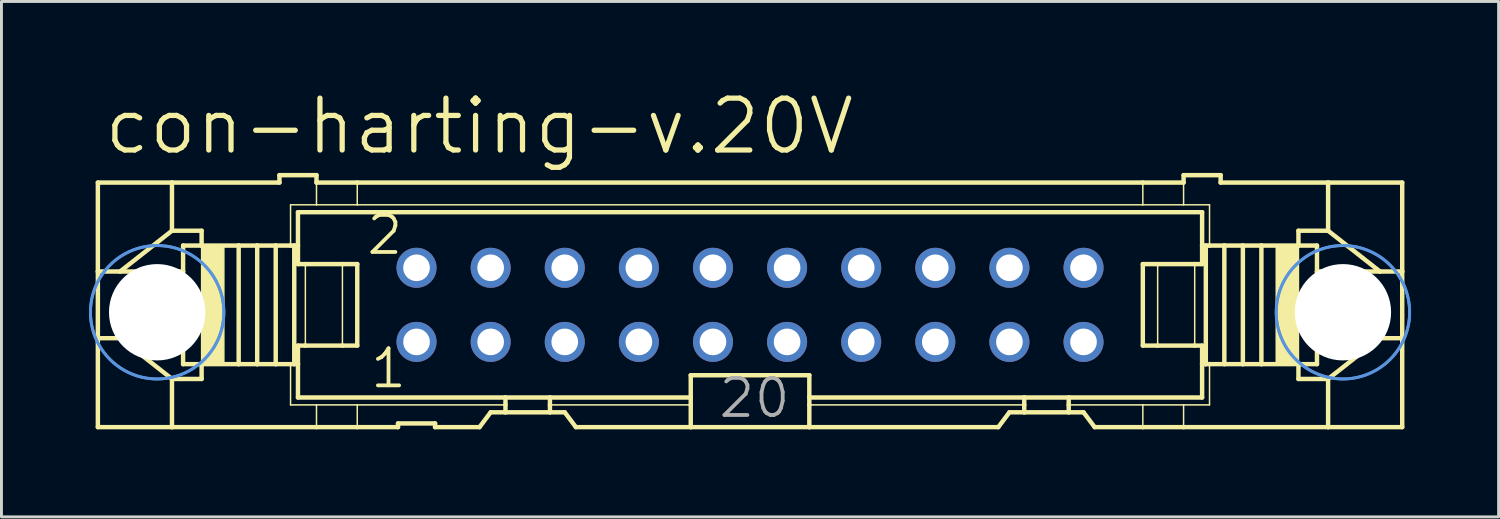
<source format=kicad_pcb>
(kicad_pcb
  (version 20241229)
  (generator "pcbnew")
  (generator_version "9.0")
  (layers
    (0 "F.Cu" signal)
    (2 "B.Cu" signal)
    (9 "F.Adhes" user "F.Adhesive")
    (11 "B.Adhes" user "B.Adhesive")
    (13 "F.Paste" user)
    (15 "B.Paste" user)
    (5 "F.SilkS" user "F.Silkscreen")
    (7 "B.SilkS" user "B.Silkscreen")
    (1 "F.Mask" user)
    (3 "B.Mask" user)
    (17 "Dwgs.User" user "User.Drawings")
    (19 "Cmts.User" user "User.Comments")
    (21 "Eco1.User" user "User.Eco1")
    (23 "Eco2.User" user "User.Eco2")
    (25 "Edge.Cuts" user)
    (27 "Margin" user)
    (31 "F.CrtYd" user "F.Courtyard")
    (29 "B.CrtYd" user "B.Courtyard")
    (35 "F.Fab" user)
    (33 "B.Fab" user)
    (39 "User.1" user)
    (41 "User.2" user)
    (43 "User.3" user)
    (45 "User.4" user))
  (footprint "con-harting-v.20V"
    (layer "F.Cu")
    (at 22.656 7.398)
    (property "Reference" "con-harting-v.20V" (at -22.225 -5.08 0) (layer "F.SilkS") (effects (font (size 1.778 1.778) (thickness 0.18)) (justify left bottom)))
    (attr through_hole)
    (fp_line (start -22.352 -4.191) (end -22.352 -1.143) (stroke (width 0.152) (type default)) (layer "F.SilkS"))
    (fp_line (start -22.352 -4.191) (end -19.812 -4.191) (stroke (width 0.152) (type default)) (layer "F.SilkS"))
    (fp_line (start -22.352 -1.143) (end -22.352 1.143) (stroke (width 0.152) (type default)) (layer "F.SilkS"))
    (fp_line (start -22.352 -1.143) (end -21.59 -1.143) (stroke (width 0.152) (type default)) (layer "F.SilkS"))
    (fp_line (start -22.352 1.143) (end -22.352 4.191) (stroke (width 0.152) (type default)) (layer "F.SilkS"))
    (fp_line (start -22.352 1.143) (end -21.59 1.143) (stroke (width 0.152) (type default)) (layer "F.SilkS"))
    (fp_line (start -21.59 -1.143) (end -19.431 -1.143) (stroke (width 0.152) (type default)) (layer "F.SilkS"))
    (fp_line (start -21.59 1.143) (end -19.431 1.143) (stroke (width 0.152) (type default)) (layer "F.SilkS"))
    (fp_line (start -19.812 -4.191) (end -19.812 -2.54) (stroke (width 0.152) (type default)) (layer "F.SilkS"))
    (fp_line (start -19.812 -2.54) (end -21.59 -1.143) (stroke (width 0.152) (type default)) (layer "F.SilkS"))
    (fp_line (start -19.812 2.54) (end -21.59 1.143) (stroke (width 0.152) (type default)) (layer "F.SilkS"))
    (fp_line (start -19.812 2.54) (end -19.812 4.191) (stroke (width 0.152) (type default)) (layer "F.SilkS"))
    (fp_line (start -19.812 4.191) (end -22.352 4.191) (stroke (width 0.152) (type default)) (layer "F.SilkS"))
    (fp_line (start -19.431 -1.143) (end -19.431 -2.032) (stroke (width 0.152) (type default)) (layer "F.SilkS"))
    (fp_line (start -19.431 1.143) (end -19.431 -1.143) (stroke (width 0.152) (type default)) (layer "F.SilkS"))
    (fp_line (start -19.431 2.032) (end -19.431 1.143) (stroke (width 0.152) (type default)) (layer "F.SilkS"))
    (fp_line (start -18.796 -2.54) (end -19.812 -2.54) (stroke (width 0.152) (type default)) (layer "F.SilkS"))
    (fp_line (start -18.796 -2.54) (end -18.796 -2.032) (stroke (width 0.152) (type default)) (layer "F.SilkS"))
    (fp_line (start -18.796 -2.032) (end -19.431 -2.032) (stroke (width 0.152) (type default)) (layer "F.SilkS"))
    (fp_line (start -18.796 2.032) (end -19.431 2.032) (stroke (width 0.152) (type default)) (layer "F.SilkS"))
    (fp_line (start -18.796 2.032) (end -18.796 2.54) (stroke (width 0.152) (type default)) (layer "F.SilkS"))
    (fp_line (start -18.796 2.54) (end -19.812 2.54) (stroke (width 0.152) (type default)) (layer "F.SilkS"))
    (fp_line (start -17.526 -2.032) (end -18.796 -2.032) (stroke (width 0.152) (type default)) (layer "F.SilkS"))
    (fp_line (start -17.526 2.032) (end -18.796 2.032) (stroke (width 0.152) (type default)) (layer "F.SilkS"))
    (fp_line (start -17.526 2.032) (end -17.526 -2.032) (stroke (width 0.152) (type default)) (layer "F.SilkS"))
    (fp_line (start -16.891 -2.032) (end -17.526 -2.032) (stroke (width 0.152) (type default)) (layer "F.SilkS"))
    (fp_line (start -16.891 2.032) (end -17.526 2.032) (stroke (width 0.152) (type default)) (layer "F.SilkS"))
    (fp_line (start -16.891 2.032) (end -16.891 -2.032) (stroke (width 0.152) (type default)) (layer "F.SilkS"))
    (fp_line (start -16.256 -2.032) (end -16.891 -2.032) (stroke (width 0.152) (type default)) (layer "F.SilkS"))
    (fp_line (start -16.256 2.032) (end -16.891 2.032) (stroke (width 0.152) (type default)) (layer "F.SilkS"))
    (fp_line (start -16.256 2.032) (end -16.256 -2.032) (stroke (width 0.152) (type default)) (layer "F.SilkS"))
    (fp_line (start -16.129 -4.445) (end -16.129 -4.191) (stroke (width 0.152) (type default)) (layer "F.SilkS"))
    (fp_line (start -16.129 -4.445) (end -14.859 -4.445) (stroke (width 0.152) (type default)) (layer "F.SilkS"))
    (fp_line (start -16.129 -4.191) (end -19.812 -4.191) (stroke (width 0.152) (type default)) (layer "F.SilkS"))
    (fp_line (start -15.748 -3.429) (end -15.748 -2.032) (stroke (width 0.051) (type default)) (layer "F.SilkS"))
    (fp_line (start -15.748 -2.032) (end -16.256 -2.032) (stroke (width 0.152) (type default)) (layer "F.SilkS"))
    (fp_line (start -15.748 2.032) (end -16.256 2.032) (stroke (width 0.152) (type default)) (layer "F.SilkS"))
    (fp_line (start -15.748 3.429) (end -15.748 2.032) (stroke (width 0.051) (type default)) (layer "F.SilkS"))
    (fp_line (start -15.621 -2.032) (end -15.748 -2.032) (stroke (width 0.152) (type default)) (layer "F.SilkS"))
    (fp_line (start -15.621 2.032) (end -15.748 2.032) (stroke (width 0.152) (type default)) (layer "F.SilkS"))
    (fp_line (start -15.621 2.032) (end -15.621 -2.032) (stroke (width 0.152) (type default)) (layer "F.SilkS"))
    (fp_line (start -15.494 -3.175) (end 15.494 -3.175) (stroke (width 0.152) (type default)) (layer "F.SilkS"))
    (fp_line (start -15.494 -2.032) (end -15.621 -2.032) (stroke (width 0.152) (type default)) (layer "F.SilkS"))
    (fp_line (start -15.494 -2.032) (end -15.494 -3.175) (stroke (width 0.152) (type default)) (layer "F.SilkS"))
    (fp_line (start -15.494 -1.397) (end -15.494 -2.032) (stroke (width 0.152) (type default)) (layer "F.SilkS"))
    (fp_line (start -15.494 -1.397) (end -15.24 -1.397) (stroke (width 0.152) (type default)) (layer "F.SilkS"))
    (fp_line (start -15.494 2.032) (end -15.621 2.032) (stroke (width 0.152) (type default)) (layer "F.SilkS"))
    (fp_line (start -15.494 2.032) (end -15.494 1.397) (stroke (width 0.152) (type default)) (layer "F.SilkS"))
    (fp_line (start -15.494 3.175) (end -15.494 2.032) (stroke (width 0.152) (type default)) (layer "F.SilkS"))
    (fp_line (start -15.24 -1.397) (end -13.97 -1.397) (stroke (width 0.152) (type default)) (layer "F.SilkS"))
    (fp_line (start -15.24 1.397) (end -15.494 1.397) (stroke (width 0.152) (type default)) (layer "F.SilkS"))
    (fp_line (start -15.24 1.397) (end -15.24 -1.397) (stroke (width 0.051) (type default)) (layer "F.SilkS"))
    (fp_line (start -14.859 -4.445) (end -14.859 -4.191) (stroke (width 0.152) (type default)) (layer "F.SilkS"))
    (fp_line (start -14.859 -3.429) (end -15.748 -3.429) (stroke (width 0.051) (type default)) (layer "F.SilkS"))
    (fp_line (start -14.859 -3.429) (end -14.859 -4.191) (stroke (width 0.051) (type default)) (layer "F.SilkS"))
    (fp_line (start -14.859 -3.429) (end -13.462 -3.429) (stroke (width 0.051) (type default)) (layer "F.SilkS"))
    (fp_line (start -14.859 3.429) (end -15.748 3.429) (stroke (width 0.051) (type default)) (layer "F.SilkS"))
    (fp_line (start -14.859 4.191) (end -19.812 4.191) (stroke (width 0.152) (type default)) (layer "F.SilkS"))
    (fp_line (start -14.859 4.191) (end -14.859 3.429) (stroke (width 0.051) (type default)) (layer "F.SilkS"))
    (fp_line (start -13.97 -1.397) (end -13.462 -1.397) (stroke (width 0.152) (type default)) (layer "F.SilkS"))
    (fp_line (start -13.97 1.397) (end -15.24 1.397) (stroke (width 0.152) (type default)) (layer "F.SilkS"))
    (fp_line (start -13.97 1.397) (end -13.97 -1.397) (stroke (width 0.051) (type default)) (layer "F.SilkS"))
    (fp_line (start -13.462 -4.191) (end -14.859 -4.191) (stroke (width 0.152) (type default)) (layer "F.SilkS"))
    (fp_line (start -13.462 -4.191) (end 13.462 -4.191) (stroke (width 0.152) (type default)) (layer "F.SilkS"))
    (fp_line (start -13.462 -3.429) (end -13.462 -4.191) (stroke (width 0.051) (type default)) (layer "F.SilkS"))
    (fp_line (start -13.462 -3.429) (end 13.462 -3.429) (stroke (width 0.051) (type default)) (layer "F.SilkS"))
    (fp_line (start -13.462 1.397) (end -13.97 1.397) (stroke (width 0.152) (type default)) (layer "F.SilkS"))
    (fp_line (start -13.462 1.397) (end -13.462 -1.397) (stroke (width 0.152) (type default)) (layer "F.SilkS"))
    (fp_line (start -13.462 3.429) (end -14.859 3.429) (stroke (width 0.051) (type default)) (layer "F.SilkS"))
    (fp_line (start -13.462 4.191) (end -14.859 4.191) (stroke (width 0.152) (type default)) (layer "F.SilkS"))
    (fp_line (start -13.462 4.191) (end -13.462 3.429) (stroke (width 0.051) (type default)) (layer "F.SilkS"))
    (fp_line (start -12.065 4.191) (end -13.462 4.191) (stroke (width 0.152) (type default)) (layer "F.SilkS"))
    (fp_line (start -12.065 4.191) (end -12.065 4.064) (stroke (width 0.152) (type default)) (layer "F.SilkS"))
    (fp_line (start -10.795 4.064) (end -12.065 4.064) (stroke (width 0.152) (type default)) (layer "F.SilkS"))
    (fp_line (start -10.795 4.064) (end -10.795 4.191) (stroke (width 0.152) (type default)) (layer "F.SilkS"))
    (fp_line (start -9.271 4.191) (end -10.795 4.191) (stroke (width 0.152) (type default)) (layer "F.SilkS"))
    (fp_line (start -9.271 4.191) (end -8.89 3.683) (stroke (width 0.152) (type default)) (layer "F.SilkS"))
    (fp_line (start -8.382 3.175) (end -15.494 3.175) (stroke (width 0.152) (type default)) (layer "F.SilkS"))
    (fp_line (start -8.382 3.175) (end -8.382 3.429) (stroke (width 0.152) (type default)) (layer "F.SilkS"))
    (fp_line (start -8.382 3.429) (end -13.462 3.429) (stroke (width 0.051) (type default)) (layer "F.SilkS"))
    (fp_line (start -8.382 3.429) (end -8.382 3.683) (stroke (width 0.152) (type default)) (layer "F.SilkS"))
    (fp_line (start -8.382 3.683) (end -8.89 3.683) (stroke (width 0.152) (type default)) (layer "F.SilkS"))
    (fp_line (start -6.858 3.175) (end -8.382 3.175) (stroke (width 0.152) (type default)) (layer "F.SilkS"))
    (fp_line (start -6.858 3.175) (end -6.858 3.429) (stroke (width 0.152) (type default)) (layer "F.SilkS"))
    (fp_line (start -6.858 3.429) (end -6.858 3.683) (stroke (width 0.152) (type default)) (layer "F.SilkS"))
    (fp_line (start -6.858 3.683) (end -8.382 3.683) (stroke (width 0.152) (type default)) (layer "F.SilkS"))
    (fp_line (start -6.35 3.683) (end -6.858 3.683) (stroke (width 0.152) (type default)) (layer "F.SilkS"))
    (fp_line (start -6.35 3.683) (end -5.969 4.191) (stroke (width 0.152) (type default)) (layer "F.SilkS"))
    (fp_line (start -2.032 3.175) (end -6.858 3.175) (stroke (width 0.152) (type default)) (layer "F.SilkS"))
    (fp_line (start -2.032 3.175) (end -2.032 2.413) (stroke (width 0.152) (type default)) (layer "F.SilkS"))
    (fp_line (start -2.032 3.175) (end -2.032 3.429) (stroke (width 0.152) (type default)) (layer "F.SilkS"))
    (fp_line (start -2.032 3.429) (end -6.858 3.429) (stroke (width 0.051) (type default)) (layer "F.SilkS"))
    (fp_line (start -2.032 3.429) (end -2.032 4.191) (stroke (width 0.152) (type default)) (layer "F.SilkS"))
    (fp_line (start -2.032 4.191) (end -5.969 4.191) (stroke (width 0.152) (type default)) (layer "F.SilkS"))
    (fp_line (start 2.032 2.413) (end -2.032 2.413) (stroke (width 0.152) (type default)) (layer "F.SilkS"))
    (fp_line (start 2.032 2.413) (end 2.032 3.175) (stroke (width 0.152) (type default)) (layer "F.SilkS"))
    (fp_line (start 2.032 3.175) (end 2.032 3.429) (stroke (width 0.152) (type default)) (layer "F.SilkS"))
    (fp_line (start 2.032 3.429) (end 2.032 4.191) (stroke (width 0.152) (type default)) (layer "F.SilkS"))
    (fp_line (start 2.032 4.191) (end -2.032 4.191) (stroke (width 0.152) (type default)) (layer "F.SilkS"))
    (fp_line (start 8.509 4.191) (end 2.032 4.191) (stroke (width 0.152) (type default)) (layer "F.SilkS"))
    (fp_line (start 8.509 4.191) (end 8.89 3.683) (stroke (width 0.152) (type default)) (layer "F.SilkS"))
    (fp_line (start 9.398 3.175) (end 2.032 3.175) (stroke (width 0.152) (type default)) (layer "F.SilkS"))
    (fp_line (start 9.398 3.175) (end 9.398 3.429) (stroke (width 0.152) (type default)) (layer "F.SilkS"))
    (fp_line (start 9.398 3.429) (end 2.032 3.429) (stroke (width 0.051) (type default)) (layer "F.SilkS"))
    (fp_line (start 9.398 3.429) (end 9.398 3.683) (stroke (width 0.152) (type default)) (layer "F.SilkS"))
    (fp_line (start 9.398 3.683) (end 8.89 3.683) (stroke (width 0.152) (type default)) (layer "F.SilkS"))
    (fp_line (start 10.922 3.175) (end 9.398 3.175) (stroke (width 0.152) (type default)) (layer "F.SilkS"))
    (fp_line (start 10.922 3.175) (end 10.922 3.429) (stroke (width 0.152) (type default)) (layer "F.SilkS"))
    (fp_line (start 10.922 3.429) (end 10.922 3.683) (stroke (width 0.152) (type default)) (layer "F.SilkS"))
    (fp_line (start 10.922 3.429) (end 13.462 3.429) (stroke (width 0.051) (type default)) (layer "F.SilkS"))
    (fp_line (start 10.922 3.683) (end 9.398 3.683) (stroke (width 0.152) (type default)) (layer "F.SilkS"))
    (fp_line (start 11.43 3.683) (end 10.922 3.683) (stroke (width 0.152) (type default)) (layer "F.SilkS"))
    (fp_line (start 11.43 3.683) (end 11.811 4.191) (stroke (width 0.152) (type default)) (layer "F.SilkS"))
    (fp_line (start 13.462 -4.191) (end 13.462 -3.429) (stroke (width 0.051) (type default)) (layer "F.SilkS"))
    (fp_line (start 13.462 -4.191) (end 14.859 -4.191) (stroke (width 0.152) (type default)) (layer "F.SilkS"))
    (fp_line (start 13.462 -1.397) (end 13.462 1.397) (stroke (width 0.152) (type default)) (layer "F.SilkS"))
    (fp_line (start 13.462 -1.397) (end 13.97 -1.397) (stroke (width 0.152) (type default)) (layer "F.SilkS"))
    (fp_line (start 13.462 3.429) (end 13.462 4.191) (stroke (width 0.051) (type default)) (layer "F.SilkS"))
    (fp_line (start 13.462 3.429) (end 14.859 3.429) (stroke (width 0.051) (type default)) (layer "F.SilkS"))
    (fp_line (start 13.462 4.191) (end 11.811 4.191) (stroke (width 0.152) (type default)) (layer "F.SilkS"))
    (fp_line (start 13.97 -1.397) (end 13.97 1.397) (stroke (width 0.051) (type default)) (layer "F.SilkS"))
    (fp_line (start 13.97 -1.397) (end 15.24 -1.397) (stroke (width 0.152) (type default)) (layer "F.SilkS"))
    (fp_line (start 13.97 1.397) (end 13.462 1.397) (stroke (width 0.152) (type default)) (layer "F.SilkS"))
    (fp_line (start 14.859 -4.191) (end 14.859 -4.445) (stroke (width 0.152) (type default)) (layer "F.SilkS"))
    (fp_line (start 14.859 -4.191) (end 14.859 -3.429) (stroke (width 0.051) (type default)) (layer "F.SilkS"))
    (fp_line (start 14.859 -3.429) (end 13.462 -3.429) (stroke (width 0.051) (type default)) (layer "F.SilkS"))
    (fp_line (start 14.859 -3.429) (end 15.748 -3.429) (stroke (width 0.051) (type default)) (layer "F.SilkS"))
    (fp_line (start 14.859 3.429) (end 14.859 4.191) (stroke (width 0.051) (type default)) (layer "F.SilkS"))
    (fp_line (start 14.859 3.429) (end 15.748 3.429) (stroke (width 0.051) (type default)) (layer "F.SilkS"))
    (fp_line (start 14.859 4.191) (end 13.462 4.191) (stroke (width 0.152) (type default)) (layer "F.SilkS"))
    (fp_line (start 15.24 -1.397) (end 15.24 1.397) (stroke (width 0.051) (type default)) (layer "F.SilkS"))
    (fp_line (start 15.24 -1.397) (end 15.494 -1.397) (stroke (width 0.152) (type default)) (layer "F.SilkS"))
    (fp_line (start 15.24 1.397) (end 13.97 1.397) (stroke (width 0.152) (type default)) (layer "F.SilkS"))
    (fp_line (start 15.494 -3.175) (end 15.494 -2.032) (stroke (width 0.152) (type default)) (layer "F.SilkS"))
    (fp_line (start 15.494 -2.032) (end 15.494 -1.397) (stroke (width 0.152) (type default)) (layer "F.SilkS"))
    (fp_line (start 15.494 -2.032) (end 15.621 -2.032) (stroke (width 0.152) (type default)) (layer "F.SilkS"))
    (fp_line (start 15.494 1.397) (end 15.24 1.397) (stroke (width 0.152) (type default)) (layer "F.SilkS"))
    (fp_line (start 15.494 1.397) (end 15.494 2.032) (stroke (width 0.152) (type default)) (layer "F.SilkS"))
    (fp_line (start 15.494 2.032) (end 15.494 3.175) (stroke (width 0.152) (type default)) (layer "F.SilkS"))
    (fp_line (start 15.494 2.032) (end 15.621 2.032) (stroke (width 0.152) (type default)) (layer "F.SilkS"))
    (fp_line (start 15.494 3.175) (end 10.922 3.175) (stroke (width 0.152) (type default)) (layer "F.SilkS"))
    (fp_line (start 15.621 -2.032) (end 15.621 2.032) (stroke (width 0.152) (type default)) (layer "F.SilkS"))
    (fp_line (start 15.621 -2.032) (end 15.748 -2.032) (stroke (width 0.152) (type default)) (layer "F.SilkS"))
    (fp_line (start 15.621 2.032) (end 15.748 2.032) (stroke (width 0.152) (type default)) (layer "F.SilkS"))
    (fp_line (start 15.748 -3.429) (end 15.748 -2.032) (stroke (width 0.051) (type default)) (layer "F.SilkS"))
    (fp_line (start 15.748 -2.032) (end 16.256 -2.032) (stroke (width 0.152) (type default)) (layer "F.SilkS"))
    (fp_line (start 15.748 2.032) (end 16.256 2.032) (stroke (width 0.152) (type default)) (layer "F.SilkS"))
    (fp_line (start 15.748 3.429) (end 15.748 2.032) (stroke (width 0.051) (type default)) (layer "F.SilkS"))
    (fp_line (start 16.129 -4.445) (end 14.859 -4.445) (stroke (width 0.152) (type default)) (layer "F.SilkS"))
    (fp_line (start 16.129 -4.191) (end 16.129 -4.445) (stroke (width 0.152) (type default)) (layer "F.SilkS"))
    (fp_line (start 16.129 -4.191) (end 19.812 -4.191) (stroke (width 0.152) (type default)) (layer "F.SilkS"))
    (fp_line (start 16.256 -2.032) (end 16.256 2.032) (stroke (width 0.152) (type default)) (layer "F.SilkS"))
    (fp_line (start 16.256 -2.032) (end 16.891 -2.032) (stroke (width 0.152) (type default)) (layer "F.SilkS"))
    (fp_line (start 16.256 2.032) (end 16.891 2.032) (stroke (width 0.152) (type default)) (layer "F.SilkS"))
    (fp_line (start 16.891 -2.032) (end 16.891 2.032) (stroke (width 0.152) (type default)) (layer "F.SilkS"))
    (fp_line (start 16.891 -2.032) (end 17.526 -2.032) (stroke (width 0.152) (type default)) (layer "F.SilkS"))
    (fp_line (start 16.891 2.032) (end 17.526 2.032) (stroke (width 0.152) (type default)) (layer "F.SilkS"))
    (fp_line (start 17.526 -2.032) (end 17.526 2.032) (stroke (width 0.152) (type default)) (layer "F.SilkS"))
    (fp_line (start 17.526 -2.032) (end 18.796 -2.032) (stroke (width 0.152) (type default)) (layer "F.SilkS"))
    (fp_line (start 17.526 2.032) (end 18.796 2.032) (stroke (width 0.152) (type default)) (layer "F.SilkS"))
    (fp_line (start 18.796 -2.54) (end 19.812 -2.54) (stroke (width 0.152) (type default)) (layer "F.SilkS"))
    (fp_line (start 18.796 -2.032) (end 18.796 -2.54) (stroke (width 0.152) (type default)) (layer "F.SilkS"))
    (fp_line (start 18.796 -2.032) (end 19.431 -2.032) (stroke (width 0.152) (type default)) (layer "F.SilkS"))
    (fp_line (start 18.796 2.032) (end 19.431 2.032) (stroke (width 0.152) (type default)) (layer "F.SilkS"))
    (fp_line (start 18.796 2.54) (end 18.796 2.032) (stroke (width 0.152) (type default)) (layer "F.SilkS"))
    (fp_line (start 18.796 2.54) (end 19.812 2.54) (stroke (width 0.152) (type default)) (layer "F.SilkS"))
    (fp_line (start 19.431 -2.032) (end 19.431 -1.143) (stroke (width 0.152) (type default)) (layer "F.SilkS"))
    (fp_line (start 19.431 -1.143) (end 19.431 1.143) (stroke (width 0.152) (type default)) (layer "F.SilkS"))
    (fp_line (start 19.431 1.143) (end 19.431 2.032) (stroke (width 0.152) (type default)) (layer "F.SilkS"))
    (fp_line (start 19.812 -4.191) (end 22.352 -4.191) (stroke (width 0.152) (type default)) (layer "F.SilkS"))
    (fp_line (start 19.812 -2.54) (end 19.812 -4.191) (stroke (width 0.152) (type default)) (layer "F.SilkS"))
    (fp_line (start 19.812 -2.54) (end 21.59 -1.143) (stroke (width 0.152) (type default)) (layer "F.SilkS"))
    (fp_line (start 19.812 2.54) (end 21.59 1.143) (stroke (width 0.152) (type default)) (layer "F.SilkS"))
    (fp_line (start 19.812 4.191) (end 14.859 4.191) (stroke (width 0.152) (type default)) (layer "F.SilkS"))
    (fp_line (start 19.812 4.191) (end 19.812 2.54) (stroke (width 0.152) (type default)) (layer "F.SilkS"))
    (fp_line (start 21.59 -1.143) (end 19.431 -1.143) (stroke (width 0.152) (type default)) (layer "F.SilkS"))
    (fp_line (start 21.59 1.143) (end 19.431 1.143) (stroke (width 0.152) (type default)) (layer "F.SilkS"))
    (fp_line (start 22.352 -1.143) (end 21.59 -1.143) (stroke (width 0.152) (type default)) (layer "F.SilkS"))
    (fp_line (start 22.352 -1.143) (end 22.352 -4.191) (stroke (width 0.152) (type default)) (layer "F.SilkS"))
    (fp_line (start 22.352 1.143) (end 21.59 1.143) (stroke (width 0.152) (type default)) (layer "F.SilkS"))
    (fp_line (start 22.352 1.143) (end 22.352 -1.143) (stroke (width 0.152) (type default)) (layer "F.SilkS"))
    (fp_line (start 22.352 4.191) (end 19.812 4.191) (stroke (width 0.152) (type default)) (layer "F.SilkS"))
    (fp_line (start 22.352 4.191) (end 22.352 1.143) (stroke (width 0.152) (type default)) (layer "F.SilkS"))
    (fp_rect (start -18.796 2.032) (end -18.034 -2.032) (stroke (width 0.05) (type default)) (fill yes) (layer "F.SilkS"))
    (fp_rect (start 18.034 2.032) (end 18.796 -2.032) (stroke (width 0.05) (type default)) (fill yes) (layer "F.SilkS"))
    (fp_circle (center -20.32 0.254) (end -18.034 0.254) (stroke (width 0.1) (type default)) (fill no) (layer "Cmts.User"))
    (fp_circle (center -20.32 0.254) (end -18.034 0.254) (stroke (width 0.1) (type default)) (fill no) (layer "Cmts.User"))
    (fp_circle (center 20.32 0.254) (end 22.606 0.254) (stroke (width 0.1) (type default)) (fill no) (layer "Cmts.User"))
    (fp_circle (center 20.32 0.254) (end 22.606 0.254) (stroke (width 0.1) (type default)) (fill no) (layer "Cmts.User"))
    (fp_rect (start -21.59 0.381) (end -19.812 -0.381) (stroke (width 0.05) (type default)) (fill no) (layer "F.Fab"))
    (fp_rect (start -11.684 -1.016) (end -11.176 -1.524) (stroke (width 0.05) (type default)) (fill no) (layer "F.Fab"))
    (fp_rect (start -11.684 1.524) (end -11.176 1.016) (stroke (width 0.05) (type default)) (fill no) (layer "F.Fab"))
    (fp_rect (start -9.144 -1.016) (end -8.636 -1.524) (stroke (width 0.05) (type default)) (fill no) (layer "F.Fab"))
    (fp_rect (start -9.144 1.524) (end -8.636 1.016) (stroke (width 0.05) (type default)) (fill no) (layer "F.Fab"))
    (fp_rect (start -6.604 -1.016) (end -6.096 -1.524) (stroke (width 0.05) (type default)) (fill no) (layer "F.Fab"))
    (fp_rect (start -6.604 1.524) (end -6.096 1.016) (stroke (width 0.05) (type default)) (fill no) (layer "F.Fab"))
    (fp_rect (start -4.064 -1.016) (end -3.556 -1.524) (stroke (width 0.05) (type default)) (fill no) (layer "F.Fab"))
    (fp_rect (start -4.064 1.524) (end -3.556 1.016) (stroke (width 0.05) (type default)) (fill no) (layer "F.Fab"))
    (fp_rect (start -1.524 -1.016) (end -1.016 -1.524) (stroke (width 0.05) (type default)) (fill no) (layer "F.Fab"))
    (fp_rect (start -1.524 1.524) (end -1.016 1.016) (stroke (width 0.05) (type default)) (fill no) (layer "F.Fab"))
    (fp_rect (start 1.016 -1.016) (end 1.524 -1.524) (stroke (width 0.05) (type default)) (fill no) (layer "F.Fab"))
    (fp_rect (start 1.016 1.524) (end 1.524 1.016) (stroke (width 0.05) (type default)) (fill no) (layer "F.Fab"))
    (fp_rect (start 3.556 -1.016) (end 4.064 -1.524) (stroke (width 0.05) (type default)) (fill no) (layer "F.Fab"))
    (fp_rect (start 3.556 1.524) (end 4.064 1.016) (stroke (width 0.05) (type default)) (fill no) (layer "F.Fab"))
    (fp_rect (start 6.096 -1.016) (end 6.604 -1.524) (stroke (width 0.05) (type default)) (fill no) (layer "F.Fab"))
    (fp_rect (start 6.096 1.524) (end 6.604 1.016) (stroke (width 0.05) (type default)) (fill no) (layer "F.Fab"))
    (fp_rect (start 8.636 -1.016) (end 9.144 -1.524) (stroke (width 0.05) (type default)) (fill no) (layer "F.Fab"))
    (fp_rect (start 8.636 1.524) (end 9.144 1.016) (stroke (width 0.05) (type default)) (fill no) (layer "F.Fab"))
    (fp_rect (start 11.176 -1.016) (end 11.684 -1.524) (stroke (width 0.05) (type default)) (fill no) (layer "F.Fab"))
    (fp_rect (start 11.176 1.524) (end 11.684 1.016) (stroke (width 0.05) (type default)) (fill no) (layer "F.Fab"))
    (fp_rect (start 19.812 0.381) (end 21.59 -0.381) (stroke (width 0.05) (type default)) (fill no) (layer "F.Fab"))
    (fp_text user "2" (at -13.208 -1.651 0) (layer "F.SilkS") (effects (font (size 1.27 1.27) (thickness 0.13)) (justify left bottom)))
    (fp_text user "1" (at -13.081 2.921 0) (layer "F.SilkS") (effects (font (size 1.27 1.27) (thickness 0.13)) (justify left bottom)))
    (fp_text user "20" (at -1.143 3.937 0) (layer "F.Fab") (effects (font (size 1.27 1.27) (thickness 0.13)) (justify left bottom)))
    (pad "" np_thru_hole circle (at -20.32 0.254) (size 3.302 3.302) (drill 3.302) (layers "*.Cu" "*.Mask"))
    (pad "" np_thru_hole circle (at 20.32 0.254) (size 3.302 3.302) (drill 3.302) (layers "*.Cu" "*.Mask"))
    (pad "1" thru_hole circle (at -11.43 1.27) (size 1.372 1.372) (drill 0.914) (layers "*.Cu" "*.Mask"))
    (pad "2" thru_hole circle (at -11.43 -1.27) (size 1.372 1.372) (drill 0.914) (layers "*.Cu" "*.Mask"))
    (pad "3" thru_hole circle (at -8.89 1.27) (size 1.372 1.372) (drill 0.914) (layers "*.Cu" "*.Mask"))
    (pad "4" thru_hole circle (at -8.89 -1.27) (size 1.372 1.372) (drill 0.914) (layers "*.Cu" "*.Mask"))
    (pad "5" thru_hole circle (at -6.35 1.27) (size 1.372 1.372) (drill 0.914) (layers "*.Cu" "*.Mask"))
    (pad "6" thru_hole circle (at -6.35 -1.27) (size 1.372 1.372) (drill 0.914) (layers "*.Cu" "*.Mask"))
    (pad "7" thru_hole circle (at -3.81 1.27) (size 1.372 1.372) (drill 0.914) (layers "*.Cu" "*.Mask"))
    (pad "8" thru_hole circle (at -3.81 -1.27) (size 1.372 1.372) (drill 0.914) (layers "*.Cu" "*.Mask"))
    (pad "9" thru_hole circle (at -1.27 1.27) (size 1.372 1.372) (drill 0.914) (layers "*.Cu" "*.Mask"))
    (pad "10" thru_hole circle (at -1.27 -1.27) (size 1.372 1.372) (drill 0.914) (layers "*.Cu" "*.Mask"))
    (pad "11" thru_hole circle (at 1.27 1.27) (size 1.372 1.372) (drill 0.914) (layers "*.Cu" "*.Mask"))
    (pad "12" thru_hole circle (at 1.27 -1.27) (size 1.372 1.372) (drill 0.914) (layers "*.Cu" "*.Mask"))
    (pad "13" thru_hole circle (at 3.81 1.27) (size 1.372 1.372) (drill 0.914) (layers "*.Cu" "*.Mask"))
    (pad "14" thru_hole circle (at 3.81 -1.27) (size 1.372 1.372) (drill 0.914) (layers "*.Cu" "*.Mask"))
    (pad "15" thru_hole circle (at 6.35 1.27) (size 1.372 1.372) (drill 0.914) (layers "*.Cu" "*.Mask"))
    (pad "16" thru_hole circle (at 6.35 -1.27) (size 1.372 1.372) (drill 0.914) (layers "*.Cu" "*.Mask"))
    (pad "17" thru_hole circle (at 8.89 1.27) (size 1.372 1.372) (drill 0.914) (layers "*.Cu" "*.Mask"))
    (pad "18" thru_hole circle (at 8.89 -1.27) (size 1.372 1.372) (drill 0.914) (layers "*.Cu" "*.Mask"))
    (pad "19" thru_hole circle (at 11.43 1.27) (size 1.372 1.372) (drill 0.914) (layers "*.Cu" "*.Mask"))
    (pad "20" thru_hole circle (at 11.43 -1.27) (size 1.372 1.372) (drill 0.914) (layers "*.Cu" "*.Mask")))
  (gr_rect
    (start -3 -3)
    (end 48.312 14.665)
    (stroke (width 0.1) (type default))
    (fill no)
    (layer "Edge.Cuts")))
</source>
